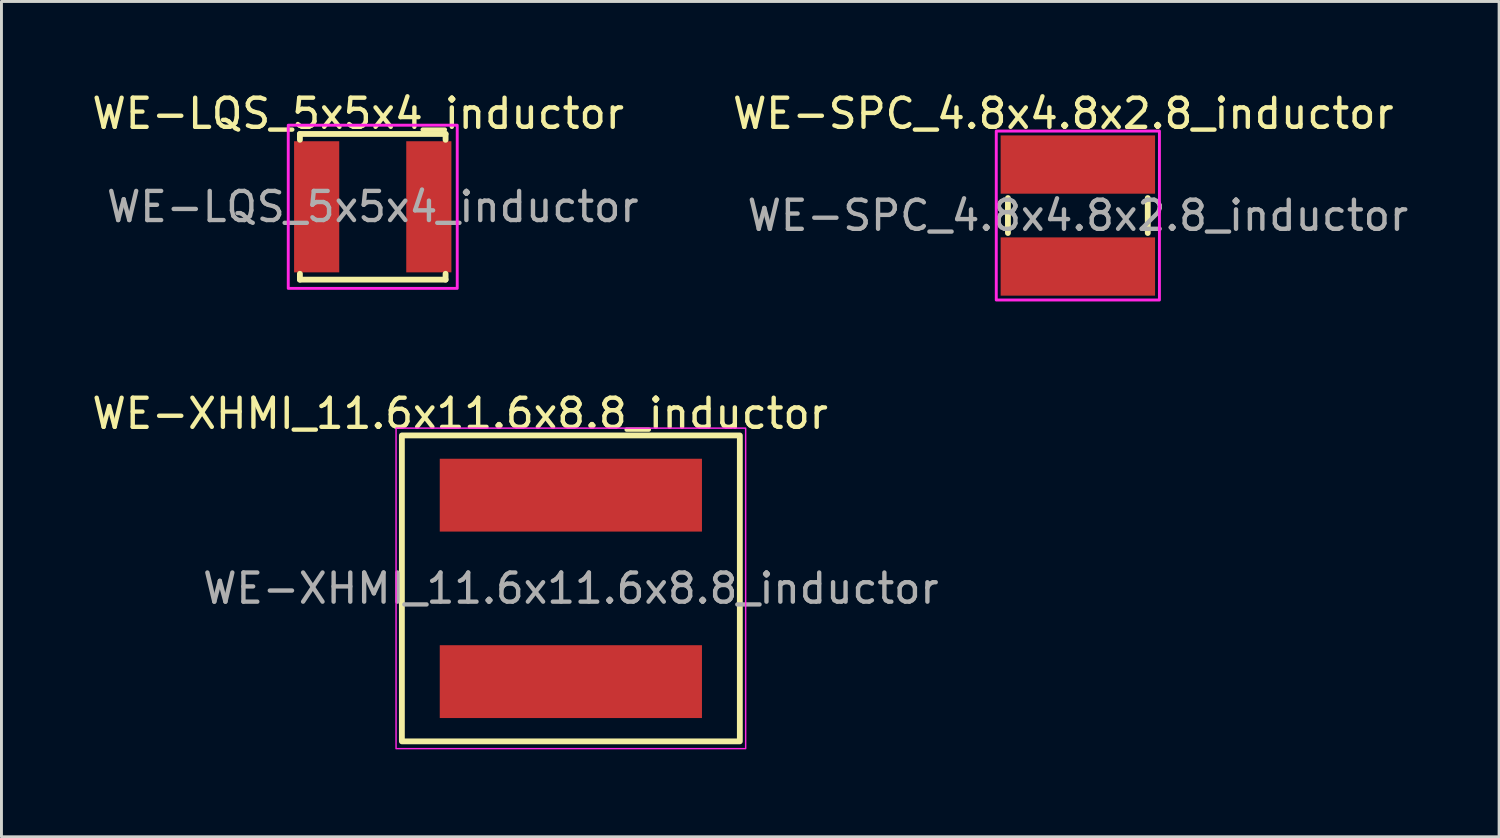
<source format=kicad_pcb>
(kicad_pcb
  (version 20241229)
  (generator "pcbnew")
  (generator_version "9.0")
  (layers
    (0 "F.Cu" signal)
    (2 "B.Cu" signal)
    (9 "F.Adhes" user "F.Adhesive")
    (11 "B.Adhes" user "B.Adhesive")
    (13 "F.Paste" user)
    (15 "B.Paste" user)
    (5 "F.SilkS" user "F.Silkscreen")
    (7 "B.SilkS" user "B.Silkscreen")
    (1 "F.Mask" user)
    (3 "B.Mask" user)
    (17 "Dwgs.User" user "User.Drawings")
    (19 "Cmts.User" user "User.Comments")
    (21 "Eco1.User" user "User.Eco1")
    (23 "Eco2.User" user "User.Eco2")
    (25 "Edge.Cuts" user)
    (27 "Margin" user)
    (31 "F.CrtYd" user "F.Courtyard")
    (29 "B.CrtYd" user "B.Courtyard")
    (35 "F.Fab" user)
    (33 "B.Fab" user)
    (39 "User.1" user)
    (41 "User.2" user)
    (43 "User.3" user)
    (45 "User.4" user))
  (footprint "WE-LQS_5x5x4_inductor"
    (layer "F.Cu")
    (at 9.744 4.048)
    (property "Reference" "WE-LQS_5x5x4_inductor" (at -0.5 -3.2 0) (unlocked yes) (layer "F.SilkS") (effects (font (size 1 1) (thickness 0.15))))
    (attr smd)
    (fp_line (start -2.5 -2.5) (end 2.5 -2.5) (stroke (width 0.2) (type default)) (layer "F.SilkS"))
    (fp_line (start -2.5 -2.3) (end -2.5 -2.5) (stroke (width 0.2) (type default)) (layer "F.SilkS"))
    (fp_line (start -2.5 2.5) (end -2.5 2.3) (stroke (width 0.2) (type default)) (layer "F.SilkS"))
    (fp_line (start 2.5 -2.5) (end 2.5 -2.3) (stroke (width 0.2) (type default)) (layer "F.SilkS"))
    (fp_line (start 2.5 2.5) (end -2.5 2.5) (stroke (width 0.2) (type default)) (layer "F.SilkS"))
    (fp_line (start 2.5 2.5) (end 2.5 2.3) (stroke (width 0.2) (type default)) (layer "F.SilkS"))
    (fp_rect (start -2.9 -2.8) (end 2.9 2.8) (stroke (width 0.1) (type default)) (fill no) (layer "F.CrtYd"))
    (fp_text user "${REFERENCE}" (at 0 0 0) (unlocked yes) (layer "F.Fab") (effects (font (size 1 1) (thickness 0.15))))
    (pad "1" smd rect (at -1.925 0) (size 1.55 4.5) (layers "F.Cu" "F.Mask" "F.Paste"))
    (pad "2" smd rect (at 1.925 0) (size 1.55 4.5) (layers "F.Cu" "F.Mask" "F.Paste")))
  (footprint "WE-XHMI_11.6x11.6x8.8_inductor"
    (layer "F.Cu")
    (at 16.544 17.146)
    (property "Reference" "WE-XHMI_11.6x11.6x8.8_inductor" (at -3.8 -6 0) (unlocked yes) (layer "F.SilkS") (effects (font (size 1 1) (thickness 0.15))))
    (attr smd)
    (fp_rect (start -5.8 -5.25) (end 5.8 5.25) (stroke (width 0.2) (type solid)) (fill no) (layer "F.SilkS"))
    (fp_rect (start -6 -5.5) (end 6 5.5) (stroke (width 0.05) (type default)) (fill no) (layer "F.CrtYd"))
    (fp_text user "${REFERENCE}" (at 0 0 0) (unlocked yes) (layer "F.Fab") (effects (font (size 1 1) (thickness 0.15))))
    (pad "1" smd rect (at 0 -3.2) (size 9 2.5) (layers "F.Cu" "F.Mask" "F.Paste"))
    (pad "2" smd rect (at 0 3.2) (size 9 2.5) (layers "F.Cu" "F.Mask" "F.Paste"))
    (zone (net_name "") (layers "F.Cu" "B.Cu") (hatch edge 0.5) (connect_pads) (min_thickness 0.25) (filled_areas_thickness no) (keepout (tracks allowed) (vias not_allowed) (pads not_allowed) (copperpour allowed) (footprints allowed)) (placement (enabled no)) (fill) (polygon (pts (xy 12.044 15.197) (xy 21.044 15.197) (xy 21.044 19.096) (xy 12.044 19.096)))))
  (footprint "WE-SPC_4.8x4.8x2.8_inductor"
    (layer "F.Cu")
    (at 33.946 4.348)
    (property "Reference" "WE-SPC_4.8x4.8x2.8_inductor" (at -0.5 -3.5 0) (unlocked yes) (layer "F.SilkS") (effects (font (size 1 1) (thickness 0.15))))
    (attr smd)
    (fp_line (start -2.4 0.6) (end -2.4 -0.6) (stroke (width 0.2) (type default)) (layer "F.SilkS"))
    (fp_line (start 2.4 0.6) (end 2.4 -0.6) (stroke (width 0.2) (type default)) (layer "F.SilkS"))
    (fp_rect (start -2.8 -2.9) (end 2.8 2.9) (stroke (width 0.1) (type default)) (fill no) (layer "F.CrtYd"))
    (fp_text user "${REFERENCE}" (at 0 0 0) (unlocked yes) (layer "F.Fab") (effects (font (size 1 1) (thickness 0.15))))
    (pad "1" smd rect (at 0 -1.75) (size 5.3 2) (layers "F.Cu" "F.Mask" "F.Paste"))
    (pad "2" smd rect (at 0 1.75) (size 5.3 2) (layers "F.Cu" "F.Mask" "F.Paste")))
  (gr_rect
    (start -3 -3)
    (end 48.405 25.672)
    (stroke (width 0.1) (type default))
    (fill no)
    (layer "Edge.Cuts")))
</source>
